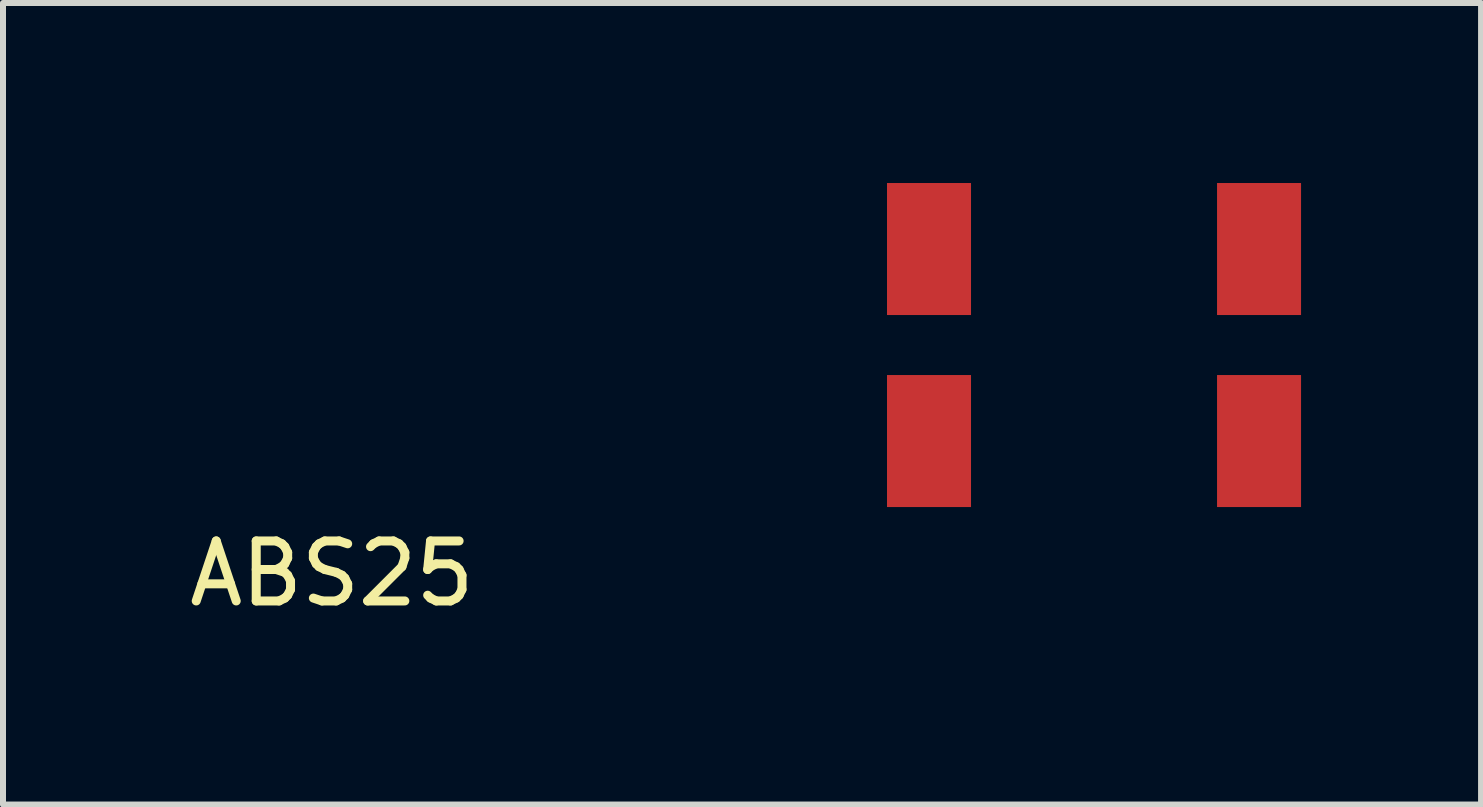
<source format=kicad_pcb>
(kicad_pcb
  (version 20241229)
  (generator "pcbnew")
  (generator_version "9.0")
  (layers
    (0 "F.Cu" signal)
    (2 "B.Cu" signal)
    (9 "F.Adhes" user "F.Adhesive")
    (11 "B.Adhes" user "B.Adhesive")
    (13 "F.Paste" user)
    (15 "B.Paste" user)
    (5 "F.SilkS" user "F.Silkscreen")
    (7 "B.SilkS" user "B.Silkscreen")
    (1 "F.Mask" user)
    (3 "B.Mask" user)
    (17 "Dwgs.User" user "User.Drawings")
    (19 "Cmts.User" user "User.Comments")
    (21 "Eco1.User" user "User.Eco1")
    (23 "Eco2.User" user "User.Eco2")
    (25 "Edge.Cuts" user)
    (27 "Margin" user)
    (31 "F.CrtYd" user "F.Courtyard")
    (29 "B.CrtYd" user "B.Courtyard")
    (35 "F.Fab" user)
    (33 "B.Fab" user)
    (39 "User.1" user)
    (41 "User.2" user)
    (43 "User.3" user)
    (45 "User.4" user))
  (footprint "ABS25"
    (layer "F.Cu")
    (at 15.182 2.7)
    (property "Reference" "ABS25" (at -12.7 3.81 0) (layer "F.SilkS") (effects (font (size 1 1) (thickness 0.15))))
    (attr through_hole)
    (pad "" smd rect (at 2.75 -1.6) (size 1.4 2.2) (layers "F.Cu" "F.Mask" "F.Paste"))
    (pad "" smd rect (at 2.75 1.6) (size 1.4 2.2) (layers "F.Cu" "F.Mask" "F.Paste"))
    (pad "1" smd rect (at -2.75 1.6) (size 1.4 2.2) (layers "F.Cu" "F.Mask" "F.Paste"))
    (pad "2" smd rect (at -2.75 -1.6) (size 1.4 2.2) (layers "F.Cu" "F.Mask" "F.Paste")))
  (gr_rect
    (start -3 -3)
    (end 21.632 10.358)
    (stroke (width 0.1) (type default))
    (fill no)
    (layer "Edge.Cuts")))
</source>
